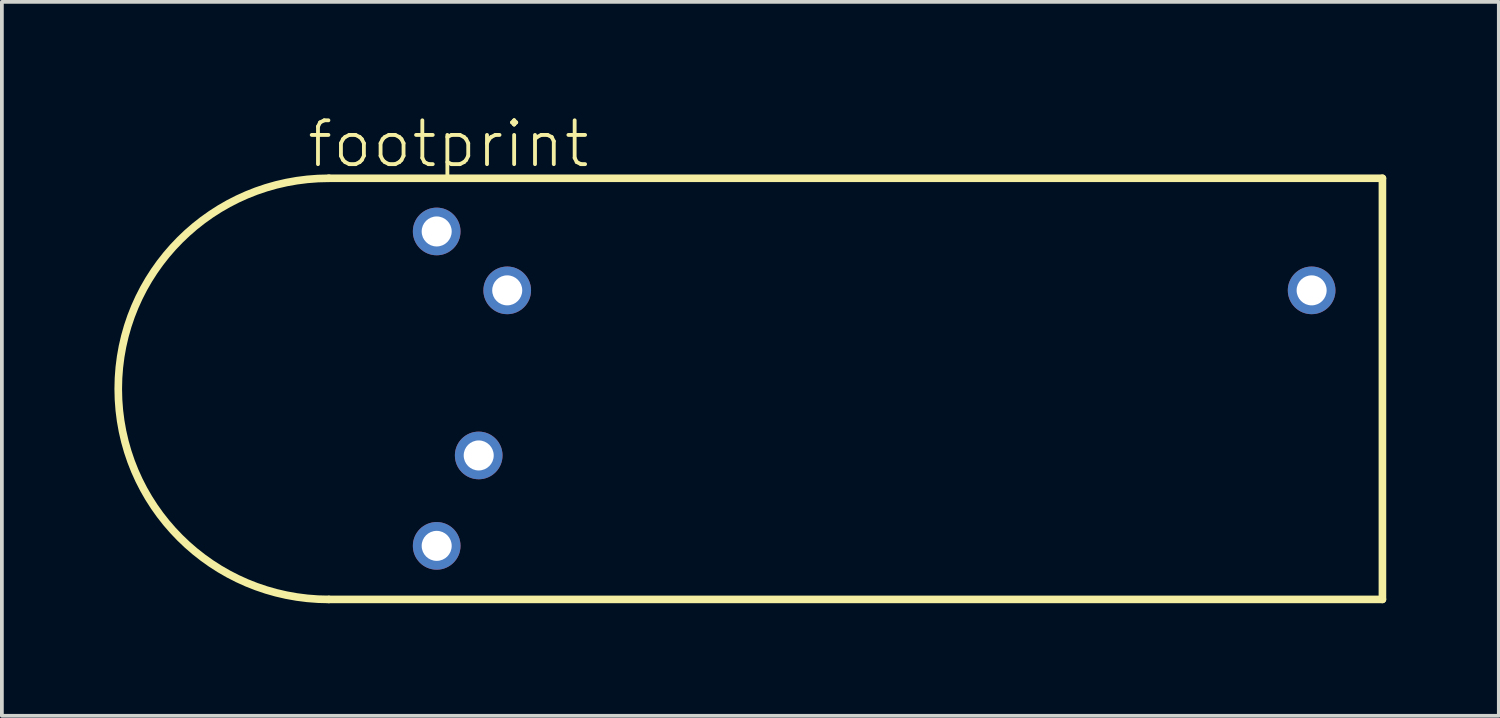
<source format=kicad_pcb>
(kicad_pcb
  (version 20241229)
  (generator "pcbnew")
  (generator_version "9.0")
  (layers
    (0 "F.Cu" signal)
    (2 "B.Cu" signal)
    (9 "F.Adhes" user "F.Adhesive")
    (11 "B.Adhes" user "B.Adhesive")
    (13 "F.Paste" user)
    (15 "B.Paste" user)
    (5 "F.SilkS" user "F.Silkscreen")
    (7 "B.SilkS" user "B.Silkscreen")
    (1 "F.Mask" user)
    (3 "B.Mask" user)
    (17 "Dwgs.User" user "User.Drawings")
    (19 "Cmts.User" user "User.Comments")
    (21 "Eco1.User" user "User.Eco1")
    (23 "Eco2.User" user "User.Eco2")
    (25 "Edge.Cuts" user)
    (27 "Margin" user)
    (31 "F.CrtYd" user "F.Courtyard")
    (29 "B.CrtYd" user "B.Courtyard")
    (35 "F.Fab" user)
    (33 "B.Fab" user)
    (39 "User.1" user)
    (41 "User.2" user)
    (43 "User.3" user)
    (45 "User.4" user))
  (footprint "footprint"
    (layer "F.Cu")
    (at 8.589 7.314)
    (property "Reference" "footprint" (at -3.509 -5.841 0) (layer "F.SilkS") (effects (font (size 1.168 1.168) (thickness 0.102)) (justify left bottom)))
    (fp_line (start -2.875 5.612) (end 25.207 5.612) (stroke (width 0.203) (type solid)) (layer "F.SilkS"))
    (fp_line (start 25.207 -5.612) (end -2.875 -5.612) (stroke (width 0.203) (type solid)) (layer "F.SilkS"))
    (fp_line (start 25.207 5.612) (end 25.207 -5.612) (stroke (width 0.203) (type solid)) (layer "F.SilkS"))
    (fp_arc (start -2.874998 5.6125) (mid -8.487499 0.000001) (end -2.875 -5.6125) (stroke (width 0.2032) (type solid)) (layer "F.SilkS"))
    (pad "1" thru_hole circle (at 0 -4.195 180) (size 1.27 1.27) (drill 0.8) (layers "*.Cu" "*.Mask"))
    (pad "2" thru_hole circle (at 1.12 1.775 180) (size 1.27 1.27) (drill 0.8) (layers "*.Cu" "*.Mask"))
    (pad "3" thru_hole circle (at 23.32 -2.625 180) (size 1.27 1.27) (drill 0.8) (layers "*.Cu" "*.Mask"))
    (pad "4" thru_hole circle (at 1.88 -2.625 180) (size 1.27 1.27) (drill 0.8) (layers "*.Cu" "*.Mask"))
    (pad "5" thru_hole circle (at 0 4.185 180) (size 1.27 1.27) (drill 0.8) (layers "*.Cu" "*.Mask"))
    (zone (net_name "") (layer "F.Cu") (hatch edge 0.508) (connect_pads) (min_thickness 0.254) (filled_areas_thickness no) (keepout (tracks not_allowed) (vias not_allowed) (pads not_allowed) (copperpour not_allowed) (footprints allowed)) (placement (enabled no)) (fill) (polygon (pts (xy 12.089 12.814) (xy 29.589 12.814) (xy 29.589 1.814) (xy 12.089 1.814))))
    (zone (net_name "") (layer "F.Cu") (hatch edge 0.508) (connect_pads) (min_thickness 0.254) (filled_areas_thickness no) (keepout (tracks not_allowed) (vias not_allowed) (pads not_allowed) (copperpour not_allowed) (footprints allowed)) (placement (enabled no)) (fill) (polygon (pts (xy 29.589 12.814) (xy 33.589 12.814) (xy 33.589 6.814) (xy 29.589 6.814)))))
  (gr_rect
    (start -3 -3)
    (end 36.898 16.028)
    (stroke (width 0.1) (type default))
    (fill no)
    (layer "Edge.Cuts")))
</source>
